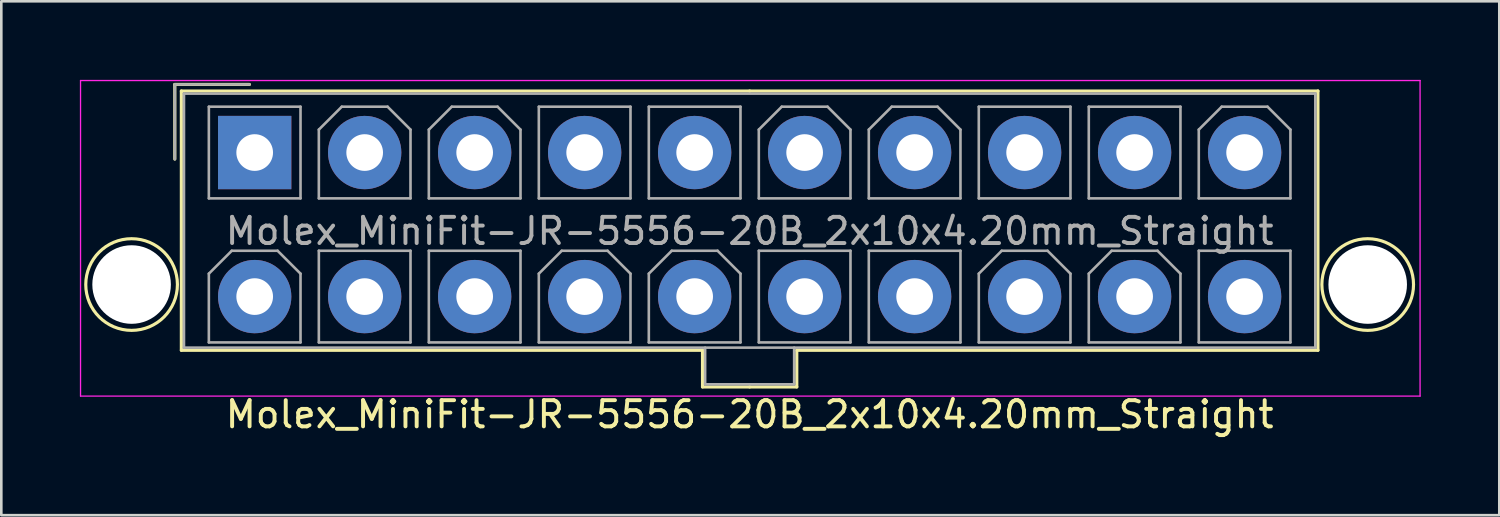
<source format=kicad_pcb>
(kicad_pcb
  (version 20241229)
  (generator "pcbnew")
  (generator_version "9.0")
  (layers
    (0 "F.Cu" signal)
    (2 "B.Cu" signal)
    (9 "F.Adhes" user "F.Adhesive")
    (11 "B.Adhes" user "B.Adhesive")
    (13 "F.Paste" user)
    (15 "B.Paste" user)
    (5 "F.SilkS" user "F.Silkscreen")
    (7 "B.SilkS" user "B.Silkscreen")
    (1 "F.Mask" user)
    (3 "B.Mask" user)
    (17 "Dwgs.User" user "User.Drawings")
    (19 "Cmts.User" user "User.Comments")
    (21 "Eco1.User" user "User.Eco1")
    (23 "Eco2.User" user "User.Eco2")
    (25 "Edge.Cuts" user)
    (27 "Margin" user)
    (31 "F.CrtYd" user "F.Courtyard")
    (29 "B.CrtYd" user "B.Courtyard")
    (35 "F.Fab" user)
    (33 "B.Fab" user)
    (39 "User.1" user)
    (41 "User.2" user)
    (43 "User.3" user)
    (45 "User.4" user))
  (footprint "Molex_MiniFit-JR-5556-20B_2x10x4.20mm_Straight"
    (layer "F.Cu")
    (at 6.675 2.775)
    (property "Reference" "Molex_MiniFit-JR-5556-20B_2x10x4.20mm_Straight" (at 18.9 10 0) (layer "F.SilkS") (effects (font (size 1 1) (thickness 0.15))))
    (attr through_hole)
    (fp_line (start -3.05 -2.6) (end -3.05 0.25) (stroke (width 0.12) (type solid)) (layer "F.SilkS"))
    (fp_line (start -2.8 -2.35) (end -2.8 7.55) (stroke (width 0.12) (type solid)) (layer "F.SilkS"))
    (fp_line (start -2.8 7.55) (end 17.1 7.55) (stroke (width 0.12) (type solid)) (layer "F.SilkS"))
    (fp_line (start -0.2 -2.6) (end -3.05 -2.6) (stroke (width 0.12) (type solid)) (layer "F.SilkS"))
    (fp_line (start 17.1 7.55) (end 17.1 8.95) (stroke (width 0.12) (type solid)) (layer "F.SilkS"))
    (fp_line (start 17.1 8.95) (end 18.9 8.95) (stroke (width 0.12) (type solid)) (layer "F.SilkS"))
    (fp_line (start 18.9 -2.35) (end -2.8 -2.35) (stroke (width 0.12) (type solid)) (layer "F.SilkS"))
    (fp_line (start 18.9 -2.35) (end 40.6 -2.35) (stroke (width 0.12) (type solid)) (layer "F.SilkS"))
    (fp_line (start 20.7 7.55) (end 20.7 8.95) (stroke (width 0.12) (type solid)) (layer "F.SilkS"))
    (fp_line (start 20.7 8.95) (end 18.9 8.95) (stroke (width 0.12) (type solid)) (layer "F.SilkS"))
    (fp_line (start 40.6 -2.35) (end 40.6 7.55) (stroke (width 0.12) (type solid)) (layer "F.SilkS"))
    (fp_line (start 40.6 7.55) (end 20.7 7.55) (stroke (width 0.12) (type solid)) (layer "F.SilkS"))
    (fp_circle (center -4.7 5.04) (end -2.95 5.04) (stroke (width 0.12) (type solid)) (fill no) (layer "F.SilkS"))
    (fp_circle (center 42.5 5.04) (end 44.25 5.04) (stroke (width 0.12) (type solid)) (fill no) (layer "F.SilkS"))
    (fp_line (start -6.65 -2.75) (end -6.65 9.3) (stroke (width 0.05) (type solid)) (layer "F.CrtYd"))
    (fp_line (start -6.65 9.3) (end 44.5 9.3) (stroke (width 0.05) (type solid)) (layer "F.CrtYd"))
    (fp_line (start 44.5 -2.75) (end -6.65 -2.75) (stroke (width 0.05) (type solid)) (layer "F.CrtYd"))
    (fp_line (start 44.5 9.3) (end 44.5 -2.75) (stroke (width 0.05) (type solid)) (layer "F.CrtYd"))
    (fp_line (start -3.05 -2.6) (end -3.05 0.25) (stroke (width 0.1) (type solid)) (layer "F.Fab"))
    (fp_line (start -2.7 -2.25) (end -2.7 7.45) (stroke (width 0.1) (type solid)) (layer "F.Fab"))
    (fp_line (start -2.7 7.45) (end 40.5 7.45) (stroke (width 0.1) (type solid)) (layer "F.Fab"))
    (fp_line (start -1.75 -1.75) (end -1.75 1.75) (stroke (width 0.1) (type solid)) (layer "F.Fab"))
    (fp_line (start -1.75 1.75) (end 1.75 1.75) (stroke (width 0.1) (type solid)) (layer "F.Fab"))
    (fp_line (start -1.75 4.625) (end -0.875 3.75) (stroke (width 0.1) (type solid)) (layer "F.Fab"))
    (fp_line (start -1.75 7.25) (end -1.75 4.625) (stroke (width 0.1) (type solid)) (layer "F.Fab"))
    (fp_line (start -0.875 3.75) (end 0.875 3.75) (stroke (width 0.1) (type solid)) (layer "F.Fab"))
    (fp_line (start -0.2 -2.6) (end -3.05 -2.6) (stroke (width 0.1) (type solid)) (layer "F.Fab"))
    (fp_line (start 0.875 3.75) (end 1.75 4.625) (stroke (width 0.1) (type solid)) (layer "F.Fab"))
    (fp_line (start 1.75 -1.75) (end -1.75 -1.75) (stroke (width 0.1) (type solid)) (layer "F.Fab"))
    (fp_line (start 1.75 1.75) (end 1.75 -1.75) (stroke (width 0.1) (type solid)) (layer "F.Fab"))
    (fp_line (start 1.75 4.625) (end 1.75 7.25) (stroke (width 0.1) (type solid)) (layer "F.Fab"))
    (fp_line (start 1.75 7.25) (end -1.75 7.25) (stroke (width 0.1) (type solid)) (layer "F.Fab"))
    (fp_line (start 2.45 -0.875) (end 3.325 -1.75) (stroke (width 0.1) (type solid)) (layer "F.Fab"))
    (fp_line (start 2.45 1.75) (end 2.45 -0.875) (stroke (width 0.1) (type solid)) (layer "F.Fab"))
    (fp_line (start 2.45 3.75) (end 2.45 7.25) (stroke (width 0.1) (type solid)) (layer "F.Fab"))
    (fp_line (start 2.45 7.25) (end 5.95 7.25) (stroke (width 0.1) (type solid)) (layer "F.Fab"))
    (fp_line (start 3.325 -1.75) (end 5.075 -1.75) (stroke (width 0.1) (type solid)) (layer "F.Fab"))
    (fp_line (start 5.075 -1.75) (end 5.95 -0.875) (stroke (width 0.1) (type solid)) (layer "F.Fab"))
    (fp_line (start 5.95 -0.875) (end 5.95 1.75) (stroke (width 0.1) (type solid)) (layer "F.Fab"))
    (fp_line (start 5.95 1.75) (end 2.45 1.75) (stroke (width 0.1) (type solid)) (layer "F.Fab"))
    (fp_line (start 5.95 3.75) (end 2.45 3.75) (stroke (width 0.1) (type solid)) (layer "F.Fab"))
    (fp_line (start 5.95 7.25) (end 5.95 3.75) (stroke (width 0.1) (type solid)) (layer "F.Fab"))
    (fp_line (start 6.65 -0.875) (end 7.525 -1.75) (stroke (width 0.1) (type solid)) (layer "F.Fab"))
    (fp_line (start 6.65 1.75) (end 6.65 -0.875) (stroke (width 0.1) (type solid)) (layer "F.Fab"))
    (fp_line (start 6.65 3.75) (end 6.65 7.25) (stroke (width 0.1) (type solid)) (layer "F.Fab"))
    (fp_line (start 6.65 7.25) (end 10.15 7.25) (stroke (width 0.1) (type solid)) (layer "F.Fab"))
    (fp_line (start 7.525 -1.75) (end 9.275 -1.75) (stroke (width 0.1) (type solid)) (layer "F.Fab"))
    (fp_line (start 9.275 -1.75) (end 10.15 -0.875) (stroke (width 0.1) (type solid)) (layer "F.Fab"))
    (fp_line (start 10.15 -0.875) (end 10.15 1.75) (stroke (width 0.1) (type solid)) (layer "F.Fab"))
    (fp_line (start 10.15 1.75) (end 6.65 1.75) (stroke (width 0.1) (type solid)) (layer "F.Fab"))
    (fp_line (start 10.15 3.75) (end 6.65 3.75) (stroke (width 0.1) (type solid)) (layer "F.Fab"))
    (fp_line (start 10.15 7.25) (end 10.15 3.75) (stroke (width 0.1) (type solid)) (layer "F.Fab"))
    (fp_line (start 10.85 -1.75) (end 10.85 1.75) (stroke (width 0.1) (type solid)) (layer "F.Fab"))
    (fp_line (start 10.85 1.75) (end 14.35 1.75) (stroke (width 0.1) (type solid)) (layer "F.Fab"))
    (fp_line (start 10.85 4.625) (end 11.725 3.75) (stroke (width 0.1) (type solid)) (layer "F.Fab"))
    (fp_line (start 10.85 7.25) (end 10.85 4.625) (stroke (width 0.1) (type solid)) (layer "F.Fab"))
    (fp_line (start 11.725 3.75) (end 13.475 3.75) (stroke (width 0.1) (type solid)) (layer "F.Fab"))
    (fp_line (start 13.475 3.75) (end 14.35 4.625) (stroke (width 0.1) (type solid)) (layer "F.Fab"))
    (fp_line (start 14.35 -1.75) (end 10.85 -1.75) (stroke (width 0.1) (type solid)) (layer "F.Fab"))
    (fp_line (start 14.35 1.75) (end 14.35 -1.75) (stroke (width 0.1) (type solid)) (layer "F.Fab"))
    (fp_line (start 14.35 4.625) (end 14.35 7.25) (stroke (width 0.1) (type solid)) (layer "F.Fab"))
    (fp_line (start 14.35 7.25) (end 10.85 7.25) (stroke (width 0.1) (type solid)) (layer "F.Fab"))
    (fp_line (start 15.05 -1.75) (end 15.05 1.75) (stroke (width 0.1) (type solid)) (layer "F.Fab"))
    (fp_line (start 15.05 1.75) (end 18.55 1.75) (stroke (width 0.1) (type solid)) (layer "F.Fab"))
    (fp_line (start 15.05 4.625) (end 15.925 3.75) (stroke (width 0.1) (type solid)) (layer "F.Fab"))
    (fp_line (start 15.05 7.25) (end 15.05 4.625) (stroke (width 0.1) (type solid)) (layer "F.Fab"))
    (fp_line (start 15.925 3.75) (end 17.675 3.75) (stroke (width 0.1) (type solid)) (layer "F.Fab"))
    (fp_line (start 17.2 7.45) (end 17.2 8.85) (stroke (width 0.1) (type solid)) (layer "F.Fab"))
    (fp_line (start 17.2 8.85) (end 20.6 8.85) (stroke (width 0.1) (type solid)) (layer "F.Fab"))
    (fp_line (start 17.675 3.75) (end 18.55 4.625) (stroke (width 0.1) (type solid)) (layer "F.Fab"))
    (fp_line (start 18.55 -1.75) (end 15.05 -1.75) (stroke (width 0.1) (type solid)) (layer "F.Fab"))
    (fp_line (start 18.55 1.75) (end 18.55 -1.75) (stroke (width 0.1) (type solid)) (layer "F.Fab"))
    (fp_line (start 18.55 4.625) (end 18.55 7.25) (stroke (width 0.1) (type solid)) (layer "F.Fab"))
    (fp_line (start 18.55 7.25) (end 15.05 7.25) (stroke (width 0.1) (type solid)) (layer "F.Fab"))
    (fp_line (start 19.25 -0.875) (end 20.125 -1.75) (stroke (width 0.1) (type solid)) (layer "F.Fab"))
    (fp_line (start 19.25 1.75) (end 19.25 -0.875) (stroke (width 0.1) (type solid)) (layer "F.Fab"))
    (fp_line (start 19.25 3.75) (end 19.25 7.25) (stroke (width 0.1) (type solid)) (layer "F.Fab"))
    (fp_line (start 19.25 7.25) (end 22.75 7.25) (stroke (width 0.1) (type solid)) (layer "F.Fab"))
    (fp_line (start 20.125 -1.75) (end 21.875 -1.75) (stroke (width 0.1) (type solid)) (layer "F.Fab"))
    (fp_line (start 20.6 8.85) (end 20.6 7.45) (stroke (width 0.1) (type solid)) (layer "F.Fab"))
    (fp_line (start 21.875 -1.75) (end 22.75 -0.875) (stroke (width 0.1) (type solid)) (layer "F.Fab"))
    (fp_line (start 22.75 -0.875) (end 22.75 1.75) (stroke (width 0.1) (type solid)) (layer "F.Fab"))
    (fp_line (start 22.75 1.75) (end 19.25 1.75) (stroke (width 0.1) (type solid)) (layer "F.Fab"))
    (fp_line (start 22.75 3.75) (end 19.25 3.75) (stroke (width 0.1) (type solid)) (layer "F.Fab"))
    (fp_line (start 22.75 7.25) (end 22.75 3.75) (stroke (width 0.1) (type solid)) (layer "F.Fab"))
    (fp_line (start 23.45 -0.875) (end 24.325 -1.75) (stroke (width 0.1) (type solid)) (layer "F.Fab"))
    (fp_line (start 23.45 1.75) (end 23.45 -0.875) (stroke (width 0.1) (type solid)) (layer "F.Fab"))
    (fp_line (start 23.45 3.75) (end 23.45 7.25) (stroke (width 0.1) (type solid)) (layer "F.Fab"))
    (fp_line (start 23.45 7.25) (end 26.95 7.25) (stroke (width 0.1) (type solid)) (layer "F.Fab"))
    (fp_line (start 24.325 -1.75) (end 26.075 -1.75) (stroke (width 0.1) (type solid)) (layer "F.Fab"))
    (fp_line (start 26.075 -1.75) (end 26.95 -0.875) (stroke (width 0.1) (type solid)) (layer "F.Fab"))
    (fp_line (start 26.95 -0.875) (end 26.95 1.75) (stroke (width 0.1) (type solid)) (layer "F.Fab"))
    (fp_line (start 26.95 1.75) (end 23.45 1.75) (stroke (width 0.1) (type solid)) (layer "F.Fab"))
    (fp_line (start 26.95 3.75) (end 23.45 3.75) (stroke (width 0.1) (type solid)) (layer "F.Fab"))
    (fp_line (start 26.95 7.25) (end 26.95 3.75) (stroke (width 0.1) (type solid)) (layer "F.Fab"))
    (fp_line (start 27.65 -1.75) (end 27.65 1.75) (stroke (width 0.1) (type solid)) (layer "F.Fab"))
    (fp_line (start 27.65 1.75) (end 31.15 1.75) (stroke (width 0.1) (type solid)) (layer "F.Fab"))
    (fp_line (start 27.65 4.625) (end 28.525 3.75) (stroke (width 0.1) (type solid)) (layer "F.Fab"))
    (fp_line (start 27.65 7.25) (end 27.65 4.625) (stroke (width 0.1) (type solid)) (layer "F.Fab"))
    (fp_line (start 28.525 3.75) (end 30.275 3.75) (stroke (width 0.1) (type solid)) (layer "F.Fab"))
    (fp_line (start 30.275 3.75) (end 31.15 4.625) (stroke (width 0.1) (type solid)) (layer "F.Fab"))
    (fp_line (start 31.15 -1.75) (end 27.65 -1.75) (stroke (width 0.1) (type solid)) (layer "F.Fab"))
    (fp_line (start 31.15 1.75) (end 31.15 -1.75) (stroke (width 0.1) (type solid)) (layer "F.Fab"))
    (fp_line (start 31.15 4.625) (end 31.15 7.25) (stroke (width 0.1) (type solid)) (layer "F.Fab"))
    (fp_line (start 31.15 7.25) (end 27.65 7.25) (stroke (width 0.1) (type solid)) (layer "F.Fab"))
    (fp_line (start 31.85 -1.75) (end 31.85 1.75) (stroke (width 0.1) (type solid)) (layer "F.Fab"))
    (fp_line (start 31.85 1.75) (end 35.35 1.75) (stroke (width 0.1) (type solid)) (layer "F.Fab"))
    (fp_line (start 31.85 4.625) (end 32.725 3.75) (stroke (width 0.1) (type solid)) (layer "F.Fab"))
    (fp_line (start 31.85 7.25) (end 31.85 4.625) (stroke (width 0.1) (type solid)) (layer "F.Fab"))
    (fp_line (start 32.725 3.75) (end 34.475 3.75) (stroke (width 0.1) (type solid)) (layer "F.Fab"))
    (fp_line (start 34.475 3.75) (end 35.35 4.625) (stroke (width 0.1) (type solid)) (layer "F.Fab"))
    (fp_line (start 35.35 -1.75) (end 31.85 -1.75) (stroke (width 0.1) (type solid)) (layer "F.Fab"))
    (fp_line (start 35.35 1.75) (end 35.35 -1.75) (stroke (width 0.1) (type solid)) (layer "F.Fab"))
    (fp_line (start 35.35 4.625) (end 35.35 7.25) (stroke (width 0.1) (type solid)) (layer "F.Fab"))
    (fp_line (start 35.35 7.25) (end 31.85 7.25) (stroke (width 0.1) (type solid)) (layer "F.Fab"))
    (fp_line (start 36.05 -0.875) (end 36.925 -1.75) (stroke (width 0.1) (type solid)) (layer "F.Fab"))
    (fp_line (start 36.05 1.75) (end 36.05 -0.875) (stroke (width 0.1) (type solid)) (layer "F.Fab"))
    (fp_line (start 36.05 3.75) (end 36.05 7.25) (stroke (width 0.1) (type solid)) (layer "F.Fab"))
    (fp_line (start 36.05 7.25) (end 39.55 7.25) (stroke (width 0.1) (type solid)) (layer "F.Fab"))
    (fp_line (start 36.925 -1.75) (end 38.675 -1.75) (stroke (width 0.1) (type solid)) (layer "F.Fab"))
    (fp_line (start 38.675 -1.75) (end 39.55 -0.875) (stroke (width 0.1) (type solid)) (layer "F.Fab"))
    (fp_line (start 39.55 -0.875) (end 39.55 1.75) (stroke (width 0.1) (type solid)) (layer "F.Fab"))
    (fp_line (start 39.55 1.75) (end 36.05 1.75) (stroke (width 0.1) (type solid)) (layer "F.Fab"))
    (fp_line (start 39.55 3.75) (end 36.05 3.75) (stroke (width 0.1) (type solid)) (layer "F.Fab"))
    (fp_line (start 39.55 7.25) (end 39.55 3.75) (stroke (width 0.1) (type solid)) (layer "F.Fab"))
    (fp_line (start 40.5 -2.25) (end -2.7 -2.25) (stroke (width 0.1) (type solid)) (layer "F.Fab"))
    (fp_line (start 40.5 7.45) (end 40.5 -2.25) (stroke (width 0.1) (type solid)) (layer "F.Fab"))
    (fp_text user "${REFERENCE}" (at 18.9 3 0) (layer "F.Fab") (effects (font (size 1 1) (thickness 0.15))))
    (pad "" np_thru_hole circle (at -4.7 5.04) (size 3 3) (drill 3) (layers "*.Cu" "*.Mask"))
    (pad "" np_thru_hole circle (at 42.5 5.04) (size 3 3) (drill 3) (layers "*.Cu" "*.Mask"))
    (pad "1" thru_hole rect (at 0 0) (size 2.8 2.8) (drill 1.4) (layers "*.Cu" "*.Mask"))
    (pad "2" thru_hole circle (at 4.2 0) (size 2.8 2.8) (drill 1.4) (layers "*.Cu" "*.Mask"))
    (pad "3" thru_hole circle (at 8.4 0) (size 2.8 2.8) (drill 1.4) (layers "*.Cu" "*.Mask"))
    (pad "4" thru_hole circle (at 12.6 0) (size 2.8 2.8) (drill 1.4) (layers "*.Cu" "*.Mask"))
    (pad "5" thru_hole circle (at 16.8 0) (size 2.8 2.8) (drill 1.4) (layers "*.Cu" "*.Mask"))
    (pad "6" thru_hole circle (at 21 0) (size 2.8 2.8) (drill 1.4) (layers "*.Cu" "*.Mask"))
    (pad "7" thru_hole circle (at 25.2 0) (size 2.8 2.8) (drill 1.4) (layers "*.Cu" "*.Mask"))
    (pad "8" thru_hole circle (at 29.4 0) (size 2.8 2.8) (drill 1.4) (layers "*.Cu" "*.Mask"))
    (pad "9" thru_hole circle (at 33.6 0) (size 2.8 2.8) (drill 1.4) (layers "*.Cu" "*.Mask"))
    (pad "10" thru_hole circle (at 37.8 0) (size 2.8 2.8) (drill 1.4) (layers "*.Cu" "*.Mask"))
    (pad "11" thru_hole circle (at 0 5.5) (size 2.8 2.8) (drill 1.4) (layers "*.Cu" "*.Mask"))
    (pad "12" thru_hole circle (at 4.2 5.5) (size 2.8 2.8) (drill 1.4) (layers "*.Cu" "*.Mask"))
    (pad "13" thru_hole circle (at 8.4 5.5) (size 2.8 2.8) (drill 1.4) (layers "*.Cu" "*.Mask"))
    (pad "14" thru_hole circle (at 12.6 5.5) (size 2.8 2.8) (drill 1.4) (layers "*.Cu" "*.Mask"))
    (pad "15" thru_hole circle (at 16.8 5.5) (size 2.8 2.8) (drill 1.4) (layers "*.Cu" "*.Mask"))
    (pad "16" thru_hole circle (at 21 5.5) (size 2.8 2.8) (drill 1.4) (layers "*.Cu" "*.Mask"))
    (pad "17" thru_hole circle (at 25.2 5.5) (size 2.8 2.8) (drill 1.4) (layers "*.Cu" "*.Mask"))
    (pad "18" thru_hole circle (at 29.4 5.5) (size 2.8 2.8) (drill 1.4) (layers "*.Cu" "*.Mask"))
    (pad "19" thru_hole circle (at 33.6 5.5) (size 2.8 2.8) (drill 1.4) (layers "*.Cu" "*.Mask"))
    (pad "20" thru_hole circle (at 37.8 5.5) (size 2.8 2.8) (drill 1.4) (layers "*.Cu" "*.Mask")))
  (gr_rect
    (start -3 -3)
    (end 54.2 16.623)
    (stroke (width 0.1) (type default))
    (fill no)
    (layer "Edge.Cuts")))
</source>
